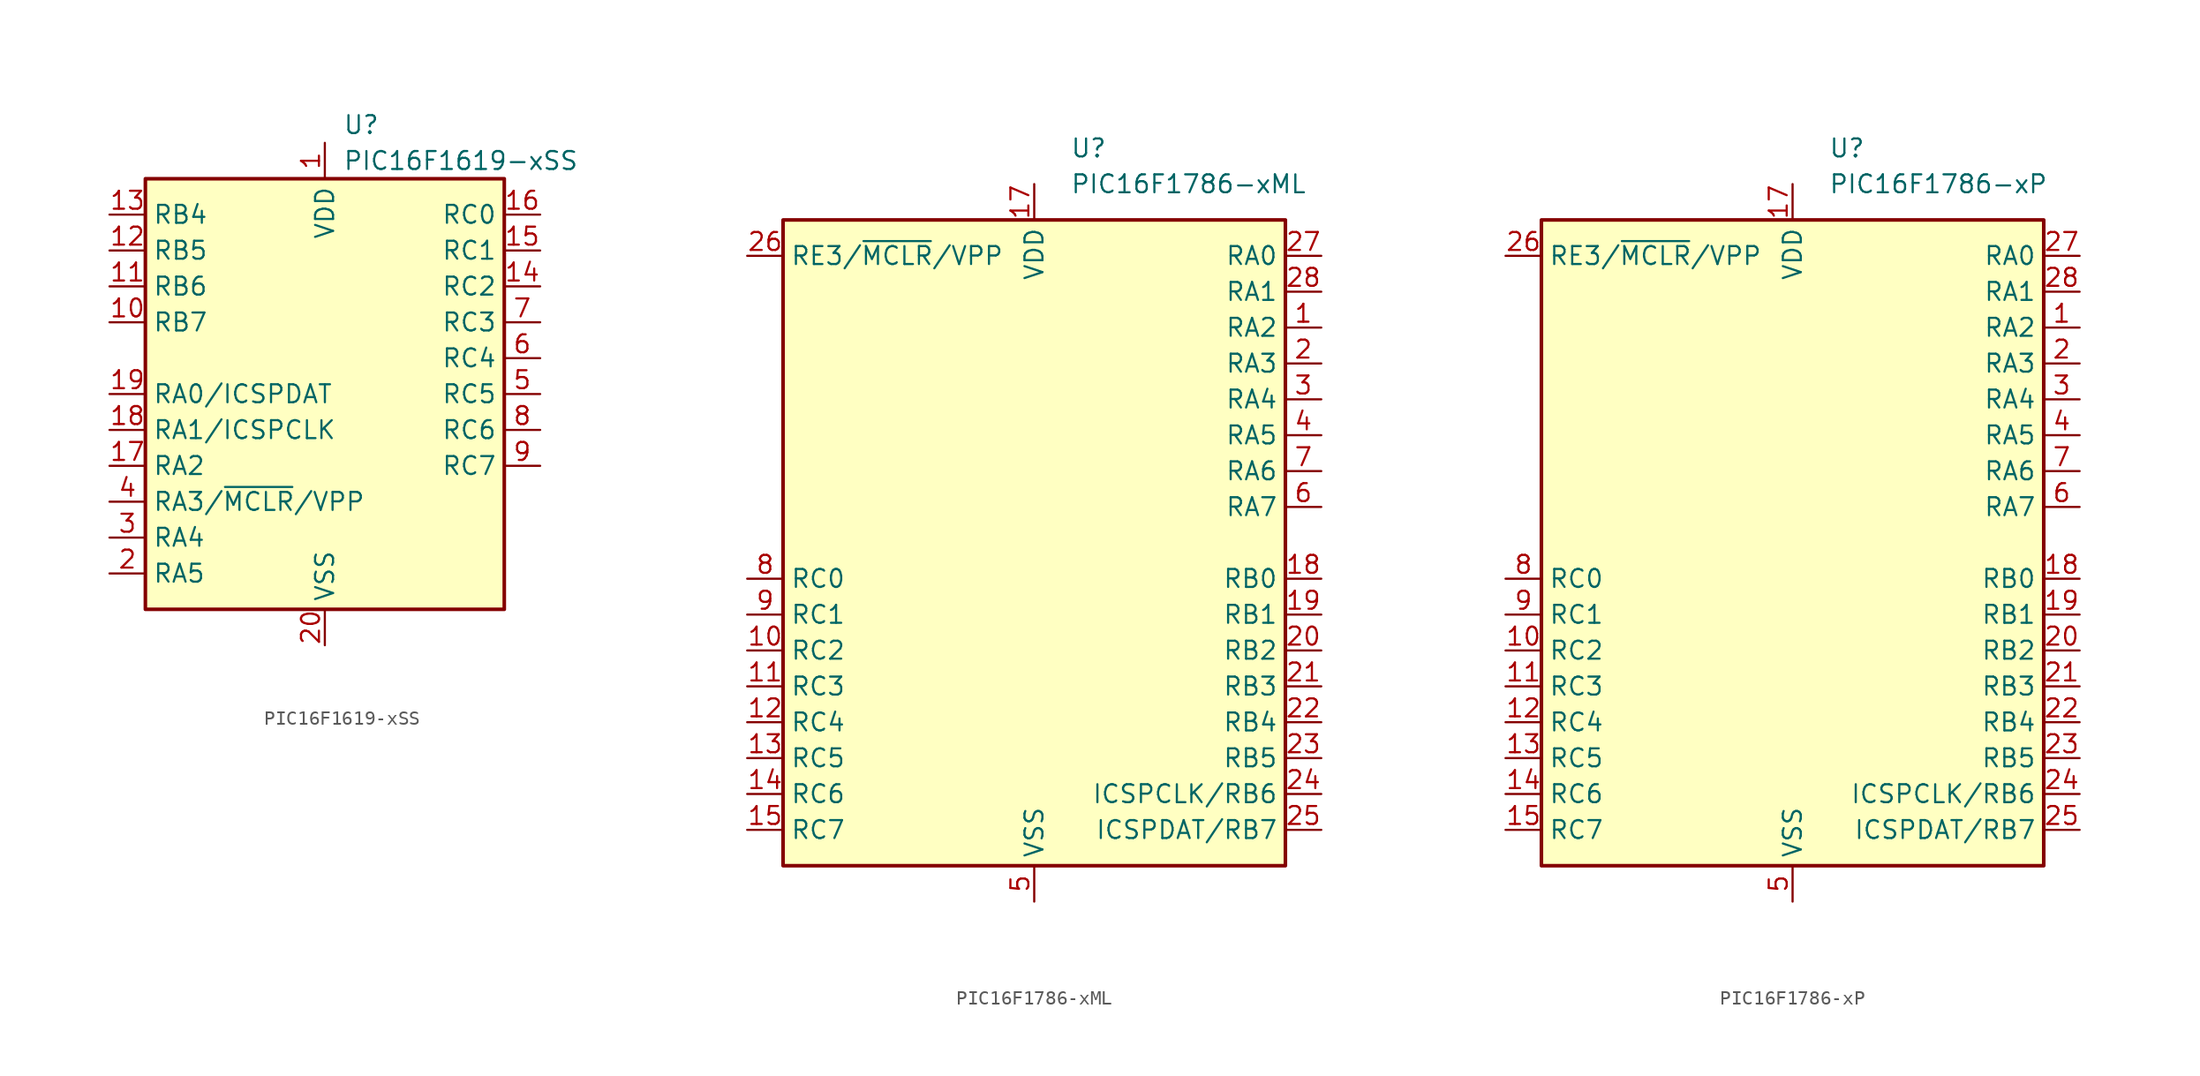
<source format=kicad_sym>
(kicad_symbol_lib
  (version 20201005)
  (generator kicad_symbol_editor)
  (symbol "MCU_Microchip_PIC16:PIC16F1619-xSS"
    (property "Reference" "U"
      (at 1.27 19.05 0)
      (effects (font (size 1.27 1.27)) (justify left)))
    (property "Value" "PIC16F1619-xSS"
      (at 1.27 16.51 0)
      (effects (font (size 1.27 1.27)) (justify left)))
    (symbol "PIC16F1619-xSS_0_1"
      (rectangle (start -12.7 15.24) (end 12.7 -15.24) (stroke (width 0.254)) (fill (type background))))
    (symbol "PIC16F1619-xSS_1_1"
      (pin power_in line (at 0 17.78 270) (length 2.54) (name "VDD" (effects (font (size 1.27 1.27)))) (number "1" (effects (font (size 1.27 1.27)))))
      (pin bidirectional line (at -15.24 5.08 0) (length 2.54) (name "RB7" (effects (font (size 1.27 1.27)))) (number "10" (effects (font (size 1.27 1.27)))))
      (pin bidirectional line (at -15.24 7.62 0) (length 2.54) (name "RB6" (effects (font (size 1.27 1.27)))) (number "11" (effects (font (size 1.27 1.27)))))
      (pin bidirectional line (at -15.24 10.16 0) (length 2.54) (name "RB5" (effects (font (size 1.27 1.27)))) (number "12" (effects (font (size 1.27 1.27)))))
      (pin bidirectional line (at -15.24 12.7 0) (length 2.54) (name "RB4" (effects (font (size 1.27 1.27)))) (number "13" (effects (font (size 1.27 1.27)))))
      (pin bidirectional line (at 15.24 7.62 180) (length 2.54) (name "RC2" (effects (font (size 1.27 1.27)))) (number "14" (effects (font (size 1.27 1.27)))))
      (pin bidirectional line (at 15.24 10.16 180) (length 2.54) (name "RC1" (effects (font (size 1.27 1.27)))) (number "15" (effects (font (size 1.27 1.27)))))
      (pin bidirectional line (at 15.24 12.7 180) (length 2.54) (name "RC0" (effects (font (size 1.27 1.27)))) (number "16" (effects (font (size 1.27 1.27)))))
      (pin bidirectional line (at -15.24 -5.08 0) (length 2.54) (name "RA2" (effects (font (size 1.27 1.27)))) (number "17" (effects (font (size 1.27 1.27)))))
      (pin bidirectional line (at -15.24 -2.54 0) (length 2.54) (name "RA1/ICSPCLK" (effects (font (size 1.27 1.27)))) (number "18" (effects (font (size 1.27 1.27)))))
      (pin bidirectional line (at -15.24 0 0) (length 2.54) (name "RA0/ICSPDAT" (effects (font (size 1.27 1.27)))) (number "19" (effects (font (size 1.27 1.27)))))
      (pin bidirectional line (at -15.24 -12.7 0) (length 2.54) (name "RA5" (effects (font (size 1.27 1.27)))) (number "2" (effects (font (size 1.27 1.27)))))
      (pin power_in line (at 0 -17.78 90) (length 2.54) (name "VSS" (effects (font (size 1.27 1.27)))) (number "20" (effects (font (size 1.27 1.27)))))
      (pin bidirectional line (at -15.24 -10.16 0) (length 2.54) (name "RA4" (effects (font (size 1.27 1.27)))) (number "3" (effects (font (size 1.27 1.27)))))
      (pin bidirectional line (at -15.24 -7.62 0) (length 2.54) (name "RA3/~MCLR~/VPP" (effects (font (size 1.27 1.27)))) (number "4" (effects (font (size 1.27 1.27)))))
      (pin bidirectional line (at 15.24 0 180) (length 2.54) (name "RC5" (effects (font (size 1.27 1.27)))) (number "5" (effects (font (size 1.27 1.27)))))
      (pin bidirectional line (at 15.24 2.54 180) (length 2.54) (name "RC4" (effects (font (size 1.27 1.27)))) (number "6" (effects (font (size 1.27 1.27)))))
      (pin bidirectional line (at 15.24 5.08 180) (length 2.54) (name "RC3" (effects (font (size 1.27 1.27)))) (number "7" (effects (font (size 1.27 1.27)))))
      (pin bidirectional line (at 15.24 -2.54 180) (length 2.54) (name "RC6" (effects (font (size 1.27 1.27)))) (number "8" (effects (font (size 1.27 1.27)))))
      (pin bidirectional line (at 15.24 -5.08 180) (length 2.54) (name "RC7" (effects (font (size 1.27 1.27)))) (number "9" (effects (font (size 1.27 1.27)))))))
  (symbol "MCU_Microchip_PIC16:PIC16F1786-xML"
    (property "Reference" "U"
      (at 2.54 27.94 0)
      (effects (font (size 1.27 1.27)) (justify left)))
    (property "Value" "PIC16F1786-xML"
      (at 2.54 25.4 0)
      (effects (font (size 1.27 1.27)) (justify left)))
    (symbol "PIC16F1786-xML_0_1"
      (rectangle (start -17.78 -22.86) (end 17.78 22.86) (stroke (width 0.254)) (fill (type background))))
    (symbol "PIC16F1786-xML_1_1"
      (pin bidirectional line (at 20.32 15.24 180) (length 2.54) (name "RA2" (effects (font (size 1.27 1.27)))) (number "1" (effects (font (size 1.27 1.27)))))
      (pin bidirectional line (at -20.32 -7.62 0) (length 2.54) (name "RC2" (effects (font (size 1.27 1.27)))) (number "10" (effects (font (size 1.27 1.27)))))
      (pin bidirectional line (at -20.32 -10.16 0) (length 2.54) (name "RC3" (effects (font (size 1.27 1.27)))) (number "11" (effects (font (size 1.27 1.27)))))
      (pin bidirectional line (at -20.32 -12.7 0) (length 2.54) (name "RC4" (effects (font (size 1.27 1.27)))) (number "12" (effects (font (size 1.27 1.27)))))
      (pin bidirectional line (at -20.32 -15.24 0) (length 2.54) (name "RC5" (effects (font (size 1.27 1.27)))) (number "13" (effects (font (size 1.27 1.27)))))
      (pin bidirectional line (at -20.32 -17.78 0) (length 2.54) (name "RC6" (effects (font (size 1.27 1.27)))) (number "14" (effects (font (size 1.27 1.27)))))
      (pin bidirectional line (at -20.32 -20.32 0) (length 2.54) (name "RC7" (effects (font (size 1.27 1.27)))) (number "15" (effects (font (size 1.27 1.27)))))
      (pin passive line (at 0 -25.4 90) (length 2.54) hide (name "VSS" (effects (font (size 1.27 1.27)))) (number "16" (effects (font (size 1.27 1.27)))))
      (pin power_in line (at 0 25.4 270) (length 2.54) (name "VDD" (effects (font (size 1.27 1.27)))) (number "17" (effects (font (size 1.27 1.27)))))
      (pin bidirectional line (at 20.32 -2.54 180) (length 2.54) (name "RB0" (effects (font (size 1.27 1.27)))) (number "18" (effects (font (size 1.27 1.27)))))
      (pin bidirectional line (at 20.32 -5.08 180) (length 2.54) (name "RB1" (effects (font (size 1.27 1.27)))) (number "19" (effects (font (size 1.27 1.27)))))
      (pin bidirectional line (at 20.32 12.7 180) (length 2.54) (name "RA3" (effects (font (size 1.27 1.27)))) (number "2" (effects (font (size 1.27 1.27)))))
      (pin bidirectional line (at 20.32 -7.62 180) (length 2.54) (name "RB2" (effects (font (size 1.27 1.27)))) (number "20" (effects (font (size 1.27 1.27)))))
      (pin bidirectional line (at 20.32 -10.16 180) (length 2.54) (name "RB3" (effects (font (size 1.27 1.27)))) (number "21" (effects (font (size 1.27 1.27)))))
      (pin bidirectional line (at 20.32 -12.7 180) (length 2.54) (name "RB4" (effects (font (size 1.27 1.27)))) (number "22" (effects (font (size 1.27 1.27)))))
      (pin bidirectional line (at 20.32 -15.24 180) (length 2.54) (name "RB5" (effects (font (size 1.27 1.27)))) (number "23" (effects (font (size 1.27 1.27)))))
      (pin bidirectional line (at 20.32 -17.78 180) (length 2.54) (name "ICSPCLK/RB6" (effects (font (size 1.27 1.27)))) (number "24" (effects (font (size 1.27 1.27)))))
      (pin bidirectional line (at 20.32 -20.32 180) (length 2.54) (name "ICSPDAT/RB7" (effects (font (size 1.27 1.27)))) (number "25" (effects (font (size 1.27 1.27)))))
      (pin input line (at -20.32 20.32 0) (length 2.54) (name "RE3/~MCLR~/VPP" (effects (font (size 1.27 1.27)))) (number "26" (effects (font (size 1.27 1.27)))))
      (pin bidirectional line (at 20.32 20.32 180) (length 2.54) (name "RA0" (effects (font (size 1.27 1.27)))) (number "27" (effects (font (size 1.27 1.27)))))
      (pin bidirectional line (at 20.32 17.78 180) (length 2.54) (name "RA1" (effects (font (size 1.27 1.27)))) (number "28" (effects (font (size 1.27 1.27)))))
      (pin bidirectional line (at 20.32 10.16 180) (length 2.54) (name "RA4" (effects (font (size 1.27 1.27)))) (number "3" (effects (font (size 1.27 1.27)))))
      (pin bidirectional line (at 20.32 7.62 180) (length 2.54) (name "RA5" (effects (font (size 1.27 1.27)))) (number "4" (effects (font (size 1.27 1.27)))))
      (pin power_in line (at 0 -25.4 90) (length 2.54) (name "VSS" (effects (font (size 1.27 1.27)))) (number "5" (effects (font (size 1.27 1.27)))))
      (pin bidirectional line (at 20.32 2.54 180) (length 2.54) (name "RA7" (effects (font (size 1.27 1.27)))) (number "6" (effects (font (size 1.27 1.27)))))
      (pin bidirectional line (at 20.32 5.08 180) (length 2.54) (name "RA6" (effects (font (size 1.27 1.27)))) (number "7" (effects (font (size 1.27 1.27)))))
      (pin bidirectional line (at -20.32 -2.54 0) (length 2.54) (name "RC0" (effects (font (size 1.27 1.27)))) (number "8" (effects (font (size 1.27 1.27)))))
      (pin bidirectional line (at -20.32 -5.08 0) (length 2.54) (name "RC1" (effects (font (size 1.27 1.27)))) (number "9" (effects (font (size 1.27 1.27)))))))
  (symbol "MCU_Microchip_PIC16:PIC16F1786-xP"
    (property "Reference" "U"
      (at 2.54 27.94 0)
      (effects (font (size 1.27 1.27)) (justify left)))
    (property "Value" "PIC16F1786-xP"
      (at 2.54 25.4 0)
      (effects (font (size 1.27 1.27)) (justify left)))
    (symbol "PIC16F1786-xP_0_1"
      (rectangle (start -17.78 -22.86) (end 17.78 22.86) (stroke (width 0.254)) (fill (type background))))
    (symbol "PIC16F1786-xP_1_1"
      (pin bidirectional line (at 20.32 15.24 180) (length 2.54) (name "RA2" (effects (font (size 1.27 1.27)))) (number "1" (effects (font (size 1.27 1.27)))))
      (pin bidirectional line (at -20.32 -7.62 0) (length 2.54) (name "RC2" (effects (font (size 1.27 1.27)))) (number "10" (effects (font (size 1.27 1.27)))))
      (pin bidirectional line (at -20.32 -10.16 0) (length 2.54) (name "RC3" (effects (font (size 1.27 1.27)))) (number "11" (effects (font (size 1.27 1.27)))))
      (pin bidirectional line (at -20.32 -12.7 0) (length 2.54) (name "RC4" (effects (font (size 1.27 1.27)))) (number "12" (effects (font (size 1.27 1.27)))))
      (pin bidirectional line (at -20.32 -15.24 0) (length 2.54) (name "RC5" (effects (font (size 1.27 1.27)))) (number "13" (effects (font (size 1.27 1.27)))))
      (pin bidirectional line (at -20.32 -17.78 0) (length 2.54) (name "RC6" (effects (font (size 1.27 1.27)))) (number "14" (effects (font (size 1.27 1.27)))))
      (pin bidirectional line (at -20.32 -20.32 0) (length 2.54) (name "RC7" (effects (font (size 1.27 1.27)))) (number "15" (effects (font (size 1.27 1.27)))))
      (pin passive line (at 0 -25.4 90) (length 2.54) hide (name "VSS" (effects (font (size 1.27 1.27)))) (number "16" (effects (font (size 1.27 1.27)))))
      (pin power_in line (at 0 25.4 270) (length 2.54) (name "VDD" (effects (font (size 1.27 1.27)))) (number "17" (effects (font (size 1.27 1.27)))))
      (pin bidirectional line (at 20.32 -2.54 180) (length 2.54) (name "RB0" (effects (font (size 1.27 1.27)))) (number "18" (effects (font (size 1.27 1.27)))))
      (pin bidirectional line (at 20.32 -5.08 180) (length 2.54) (name "RB1" (effects (font (size 1.27 1.27)))) (number "19" (effects (font (size 1.27 1.27)))))
      (pin bidirectional line (at 20.32 12.7 180) (length 2.54) (name "RA3" (effects (font (size 1.27 1.27)))) (number "2" (effects (font (size 1.27 1.27)))))
      (pin bidirectional line (at 20.32 -7.62 180) (length 2.54) (name "RB2" (effects (font (size 1.27 1.27)))) (number "20" (effects (font (size 1.27 1.27)))))
      (pin bidirectional line (at 20.32 -10.16 180) (length 2.54) (name "RB3" (effects (font (size 1.27 1.27)))) (number "21" (effects (font (size 1.27 1.27)))))
      (pin bidirectional line (at 20.32 -12.7 180) (length 2.54) (name "RB4" (effects (font (size 1.27 1.27)))) (number "22" (effects (font (size 1.27 1.27)))))
      (pin bidirectional line (at 20.32 -15.24 180) (length 2.54) (name "RB5" (effects (font (size 1.27 1.27)))) (number "23" (effects (font (size 1.27 1.27)))))
      (pin bidirectional line (at 20.32 -17.78 180) (length 2.54) (name "ICSPCLK/RB6" (effects (font (size 1.27 1.27)))) (number "24" (effects (font (size 1.27 1.27)))))
      (pin bidirectional line (at 20.32 -20.32 180) (length 2.54) (name "ICSPDAT/RB7" (effects (font (size 1.27 1.27)))) (number "25" (effects (font (size 1.27 1.27)))))
      (pin input line (at -20.32 20.32 0) (length 2.54) (name "RE3/~MCLR~/VPP" (effects (font (size 1.27 1.27)))) (number "26" (effects (font (size 1.27 1.27)))))
      (pin bidirectional line (at 20.32 20.32 180) (length 2.54) (name "RA0" (effects (font (size 1.27 1.27)))) (number "27" (effects (font (size 1.27 1.27)))))
      (pin bidirectional line (at 20.32 17.78 180) (length 2.54) (name "RA1" (effects (font (size 1.27 1.27)))) (number "28" (effects (font (size 1.27 1.27)))))
      (pin bidirectional line (at 20.32 10.16 180) (length 2.54) (name "RA4" (effects (font (size 1.27 1.27)))) (number "3" (effects (font (size 1.27 1.27)))))
      (pin bidirectional line (at 20.32 7.62 180) (length 2.54) (name "RA5" (effects (font (size 1.27 1.27)))) (number "4" (effects (font (size 1.27 1.27)))))
      (pin power_in line (at 0 -25.4 90) (length 2.54) (name "VSS" (effects (font (size 1.27 1.27)))) (number "5" (effects (font (size 1.27 1.27)))))
      (pin bidirectional line (at 20.32 2.54 180) (length 2.54) (name "RA7" (effects (font (size 1.27 1.27)))) (number "6" (effects (font (size 1.27 1.27)))))
      (pin bidirectional line (at 20.32 5.08 180) (length 2.54) (name "RA6" (effects (font (size 1.27 1.27)))) (number "7" (effects (font (size 1.27 1.27)))))
      (pin bidirectional line (at -20.32 -2.54 0) (length 2.54) (name "RC0" (effects (font (size 1.27 1.27)))) (number "8" (effects (font (size 1.27 1.27)))))
      (pin bidirectional line (at -20.32 -5.08 0) (length 2.54) (name "RC1" (effects (font (size 1.27 1.27)))) (number "9" (effects (font (size 1.27 1.27))))))))
</source>
